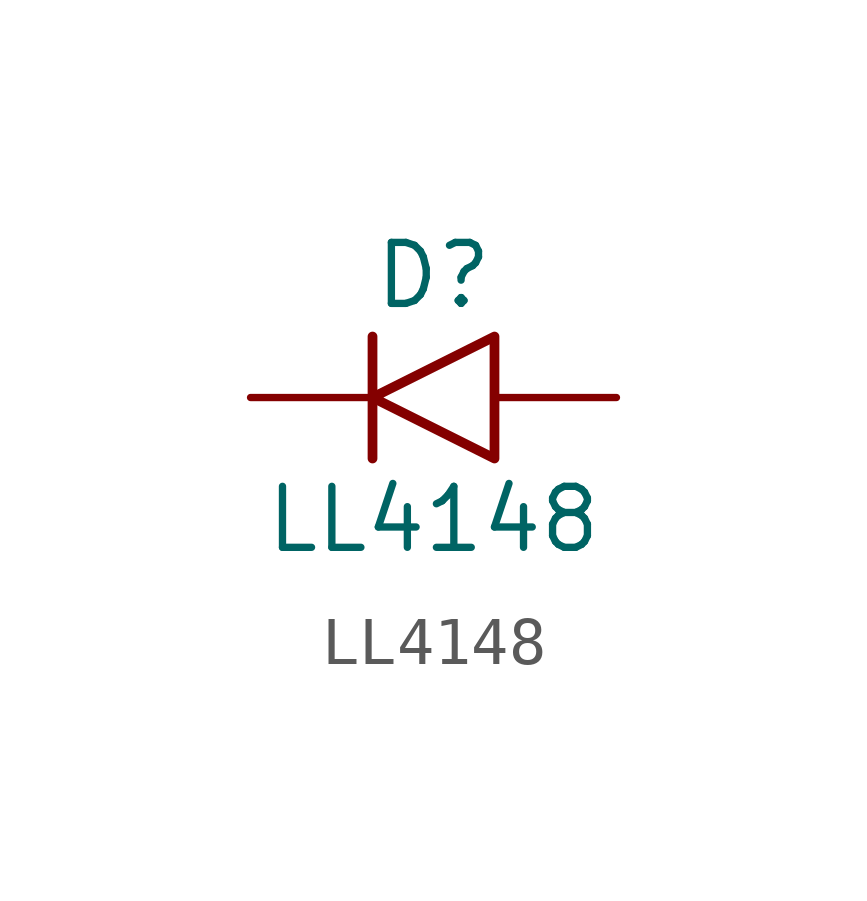
<source format=kicad_sym>
(kicad_symbol_lib
  (version 20200126)
  (host kicad_symbol_editor "(5.99.0-2251-g5226d6b4d)")
  (symbol "LL4148:LL4148"
    (pin_numbers hide)
    (pin_names hide)
    (property "Reference" "D"
      (at 0 2.54 0)
      (effects (font (size 1.27 1.27))))
    (property "Value" "LL4148"
      (at 0 -2.54 0)
      (effects (font (size 1.27 1.27))))
    (symbol "LL4148_0_1"
      (polyline (pts (xy -1.27 1.27) (xy -1.27 -1.27)) (stroke (width 0.203)) (fill (type none)))
      (polyline (pts (xy 1.27 1.27) (xy 1.27 -1.27) (xy -1.27 0) (xy 1.27 1.27)) (stroke (width 0.203)) (fill (type none))))
    (symbol "LL4148_1_1"
      (pin passive line (at -3.81 0 0) (length 2.54) (name "K" (effects (font (size 1.27 1.27)))) (number "1" (effects (font (size 1.27 1.27)))))
      (pin passive line (at 3.81 0 180) (length 2.54) (name "A" (effects (font (size 1.27 1.27)))) (number "2" (effects (font (size 1.27 1.27))))))))
</source>
